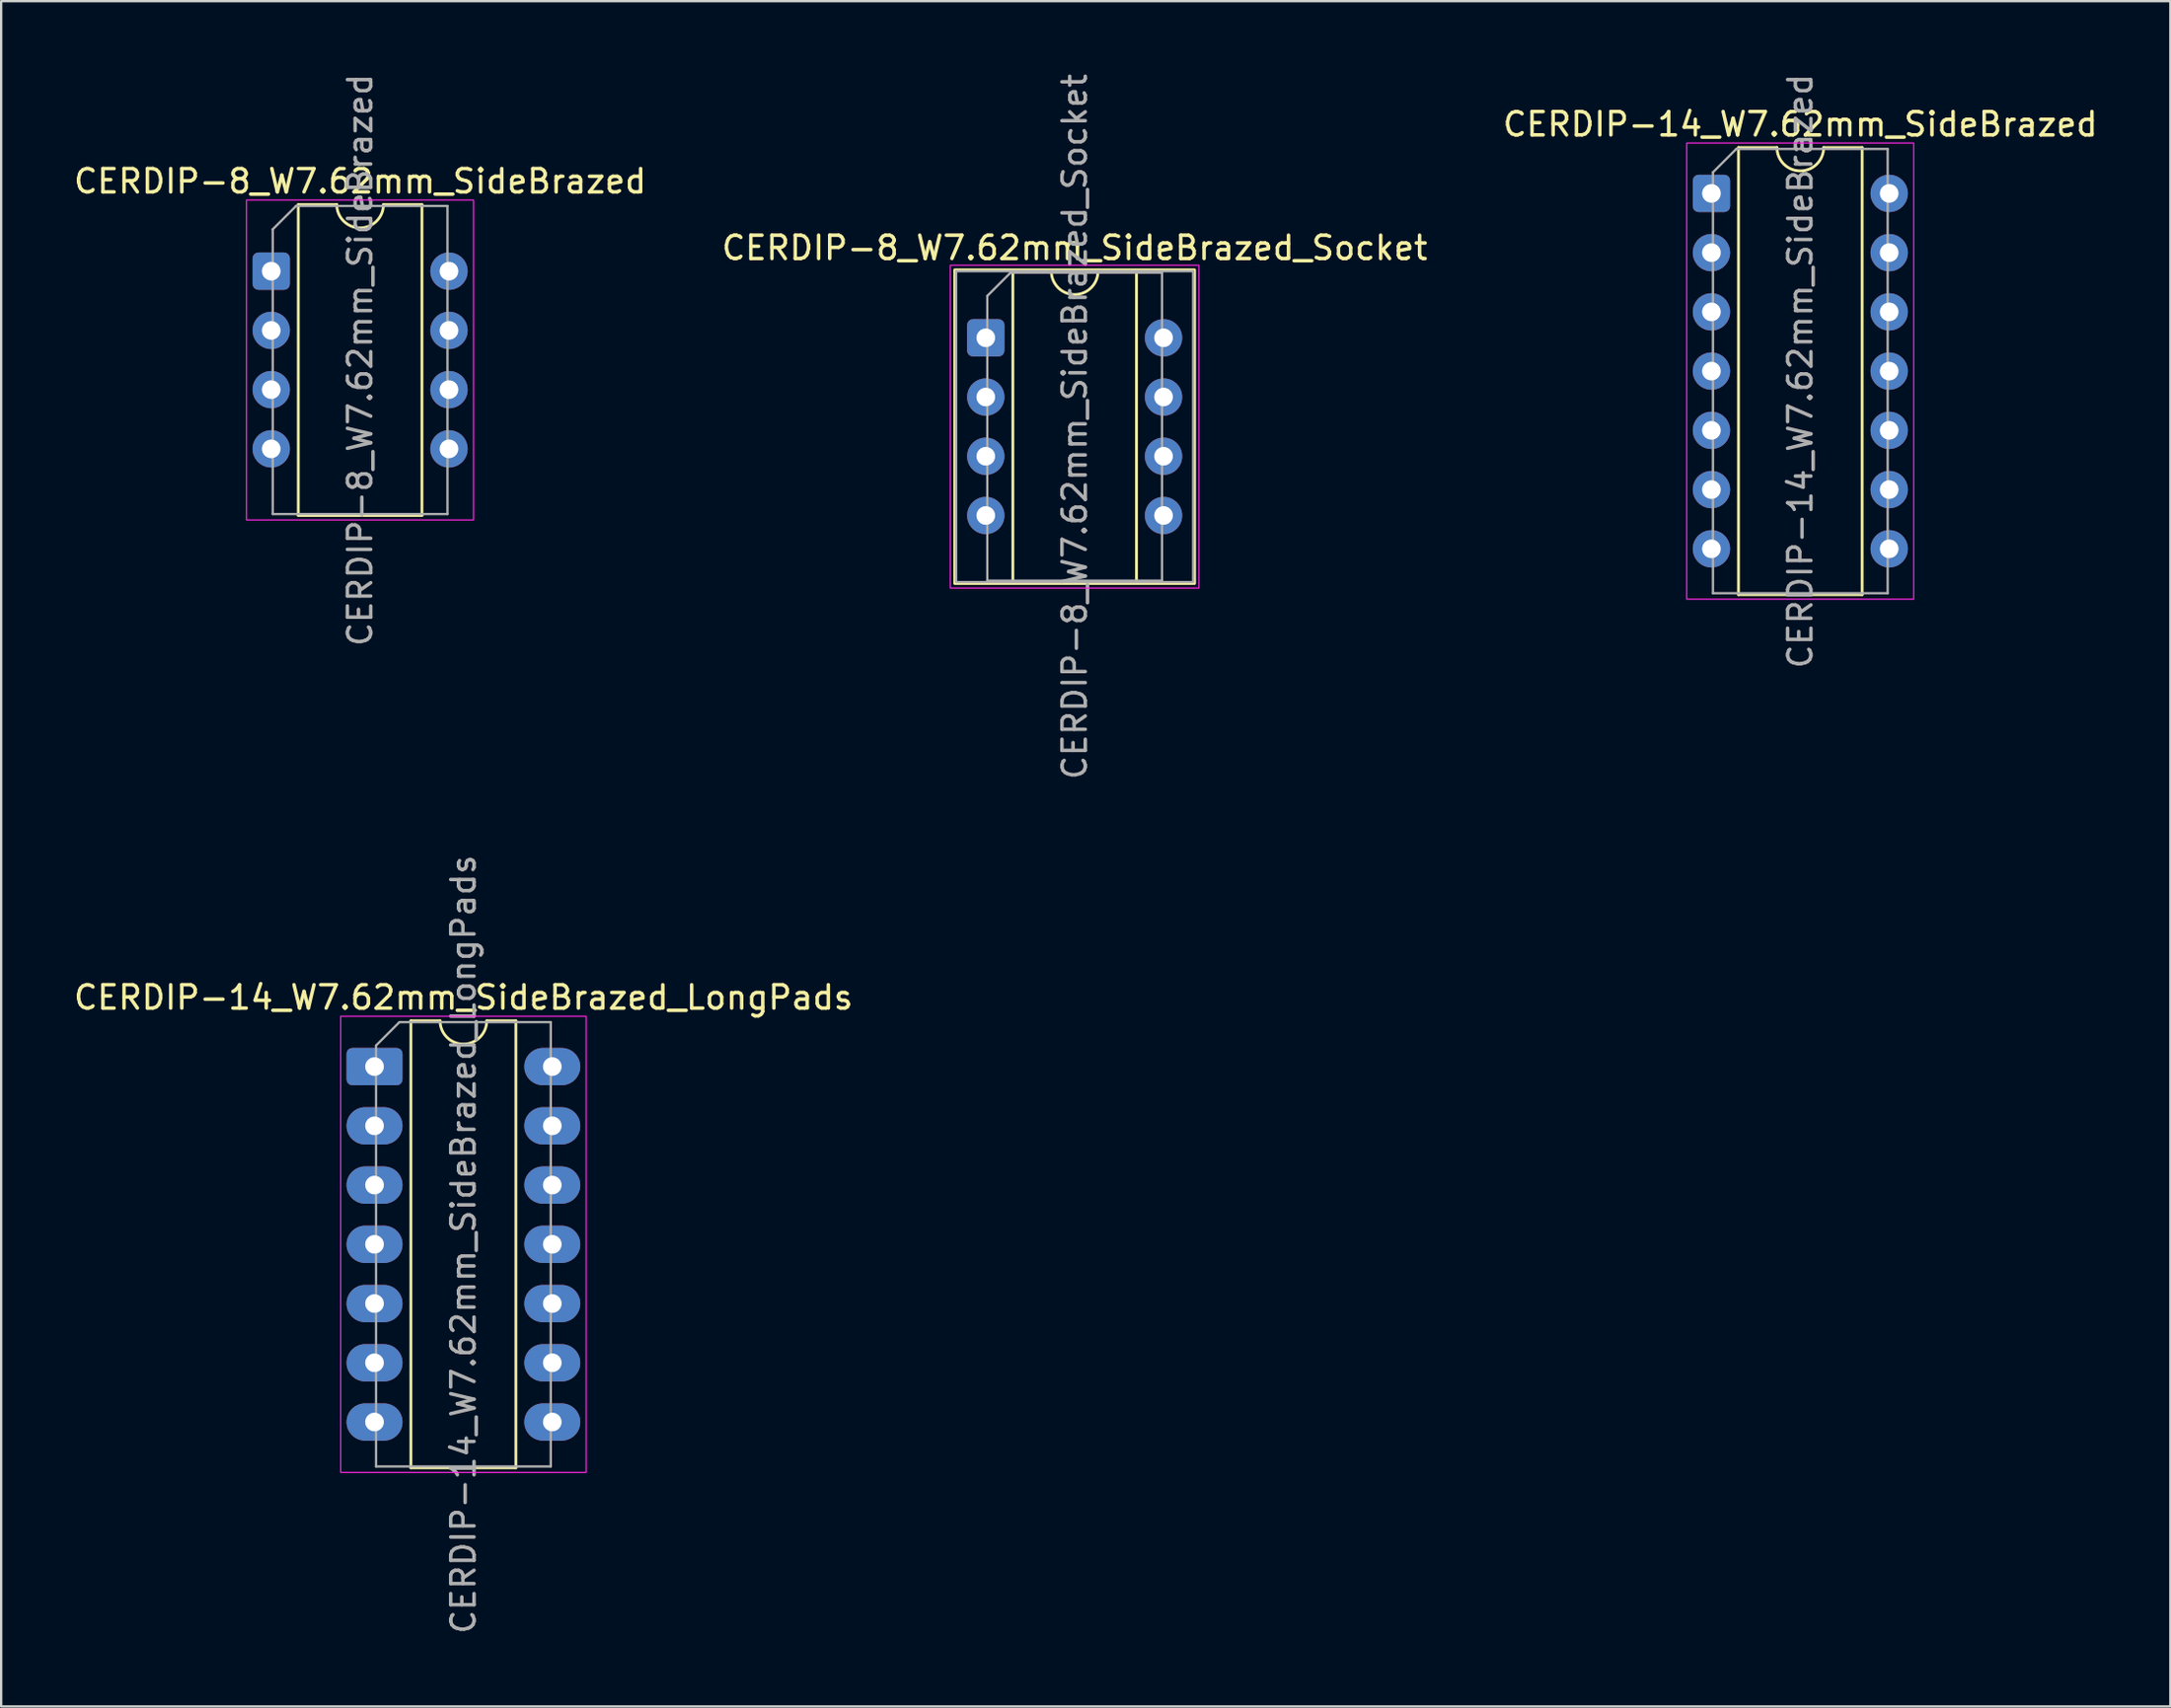
<source format=kicad_pcb>
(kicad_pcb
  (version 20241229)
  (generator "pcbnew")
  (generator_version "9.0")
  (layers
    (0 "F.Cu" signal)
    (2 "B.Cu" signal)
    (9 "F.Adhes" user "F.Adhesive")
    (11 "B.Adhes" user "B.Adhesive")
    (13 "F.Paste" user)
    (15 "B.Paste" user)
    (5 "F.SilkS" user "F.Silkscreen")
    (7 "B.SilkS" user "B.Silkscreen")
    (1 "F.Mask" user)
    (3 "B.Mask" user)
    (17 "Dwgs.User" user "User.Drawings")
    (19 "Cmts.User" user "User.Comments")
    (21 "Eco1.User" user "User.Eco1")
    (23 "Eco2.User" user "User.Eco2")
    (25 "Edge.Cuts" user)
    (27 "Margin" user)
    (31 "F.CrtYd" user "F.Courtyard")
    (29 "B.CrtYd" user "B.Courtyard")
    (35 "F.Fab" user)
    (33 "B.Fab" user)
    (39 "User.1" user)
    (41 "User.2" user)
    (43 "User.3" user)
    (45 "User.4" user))
  (footprint "CERDIP-8_W7.62mm_SideBrazed_Socket"
    (layer "F.Cu")
    (at 39.208 11.434)
    (property "Reference" "CERDIP-8_W7.62mm_SideBrazed_Socket" (at 3.81 -3.855 0) (layer "F.SilkS") (effects (font (size 1 1) (thickness 0.15))))
    (attr through_hole)
    (fp_line (start 1.16 -2.855) (end 1.16 10.475) (stroke (width 0.12) (type solid)) (layer "F.SilkS"))
    (fp_line (start 1.16 10.475) (end 6.46 10.475) (stroke (width 0.12) (type solid)) (layer "F.SilkS"))
    (fp_line (start 2.81 -2.855) (end 1.16 -2.855) (stroke (width 0.12) (type solid)) (layer "F.SilkS"))
    (fp_line (start 6.46 -2.855) (end 4.81 -2.855) (stroke (width 0.12) (type solid)) (layer "F.SilkS"))
    (fp_line (start 6.46 10.475) (end 6.46 -2.855) (stroke (width 0.12) (type solid)) (layer "F.SilkS"))
    (fp_rect (start -1.33 -2.915) (end 8.95 10.535) (stroke (width 0.12) (type solid)) (fill no) (layer "F.SilkS"))
    (fp_arc (start 4.81 -2.855) (mid 3.81 -1.855) (end 2.81 -2.855) (stroke (width 0.12) (type solid)) (layer "F.SilkS"))
    (fp_rect (start -1.52 -3.11) (end 9.14 10.73) (stroke (width 0.05) (type solid)) (fill no) (layer "F.CrtYd"))
    (fp_line (start 0.065 -1.795) (end 1.065 -2.795) (stroke (width 0.1) (type solid)) (layer "F.Fab"))
    (fp_line (start 0.065 10.415) (end 0.065 -1.795) (stroke (width 0.1) (type solid)) (layer "F.Fab"))
    (fp_line (start 1.065 -2.795) (end 7.555 -2.795) (stroke (width 0.1) (type solid)) (layer "F.Fab"))
    (fp_line (start 7.555 -2.795) (end 7.555 10.415) (stroke (width 0.1) (type solid)) (layer "F.Fab"))
    (fp_line (start 7.555 10.415) (end 0.065 10.415) (stroke (width 0.1) (type solid)) (layer "F.Fab"))
    (fp_rect (start -1.27 -2.855) (end 8.89 10.475) (stroke (width 0.1) (type solid)) (fill no) (layer "F.Fab"))
    (fp_text user "${REFERENCE}" (at 3.81 3.81 90) (layer "F.Fab") (effects (font (size 1 1) (thickness 0.15))))
    (pad "1" thru_hole roundrect (at 0 0) (size 1.6 1.6) (drill 0.8) (layers "*.Cu" "*.Mask") (roundrect_rratio 0.156))
    (pad "2" thru_hole circle (at 0 2.54) (size 1.6 1.6) (drill 0.8) (layers "*.Cu" "*.Mask"))
    (pad "3" thru_hole circle (at 0 5.08) (size 1.6 1.6) (drill 0.8) (layers "*.Cu" "*.Mask"))
    (pad "4" thru_hole circle (at 0 7.62) (size 1.6 1.6) (drill 0.8) (layers "*.Cu" "*.Mask"))
    (pad "5" thru_hole circle (at 7.62 7.62) (size 1.6 1.6) (drill 0.8) (layers "*.Cu" "*.Mask"))
    (pad "6" thru_hole circle (at 7.62 5.08) (size 1.6 1.6) (drill 0.8) (layers "*.Cu" "*.Mask"))
    (pad "7" thru_hole circle (at 7.62 2.54) (size 1.6 1.6) (drill 0.8) (layers "*.Cu" "*.Mask"))
    (pad "8" thru_hole circle (at 7.62 0) (size 1.6 1.6) (drill 0.8) (layers "*.Cu" "*.Mask")))
  (footprint "CERDIP-14_W7.62mm_SideBrazed"
    (layer "F.Cu")
    (at 70.315 5.243)
    (property "Reference" "CERDIP-14_W7.62mm_SideBrazed" (at 3.81 -2.965 0) (layer "F.SilkS") (effects (font (size 1 1) (thickness 0.15))))
    (attr through_hole)
    (fp_line (start 1.16 -1.965) (end 1.16 17.205) (stroke (width 0.12) (type solid)) (layer "F.SilkS"))
    (fp_line (start 1.16 17.205) (end 6.46 17.205) (stroke (width 0.12) (type solid)) (layer "F.SilkS"))
    (fp_line (start 2.81 -1.965) (end 1.16 -1.965) (stroke (width 0.12) (type solid)) (layer "F.SilkS"))
    (fp_line (start 6.46 -1.965) (end 4.81 -1.965) (stroke (width 0.12) (type solid)) (layer "F.SilkS"))
    (fp_line (start 6.46 17.205) (end 6.46 -1.965) (stroke (width 0.12) (type solid)) (layer "F.SilkS"))
    (fp_arc (start 4.81 -1.965) (mid 3.81 -0.965) (end 2.81 -1.965) (stroke (width 0.12) (type solid)) (layer "F.SilkS"))
    (fp_rect (start -1.06 -2.16) (end 8.67 17.4) (stroke (width 0.05) (type solid)) (fill no) (layer "F.CrtYd"))
    (fp_line (start 0.065 -0.905) (end 1.065 -1.905) (stroke (width 0.1) (type solid)) (layer "F.Fab"))
    (fp_line (start 0.065 17.145) (end 0.065 -0.905) (stroke (width 0.1) (type solid)) (layer "F.Fab"))
    (fp_line (start 1.065 -1.905) (end 7.555 -1.905) (stroke (width 0.1) (type solid)) (layer "F.Fab"))
    (fp_line (start 7.555 -1.905) (end 7.555 17.145) (stroke (width 0.1) (type solid)) (layer "F.Fab"))
    (fp_line (start 7.555 17.145) (end 0.065 17.145) (stroke (width 0.1) (type solid)) (layer "F.Fab"))
    (fp_text user "${REFERENCE}" (at 3.81 7.62 90) (layer "F.Fab") (effects (font (size 1 1) (thickness 0.15))))
    (pad "1" thru_hole roundrect (at 0 0) (size 1.6 1.6) (drill 0.8) (layers "*.Cu" "*.Mask") (roundrect_rratio 0.156))
    (pad "2" thru_hole circle (at 0 2.54) (size 1.6 1.6) (drill 0.8) (layers "*.Cu" "*.Mask"))
    (pad "3" thru_hole circle (at 0 5.08) (size 1.6 1.6) (drill 0.8) (layers "*.Cu" "*.Mask"))
    (pad "4" thru_hole circle (at 0 7.62) (size 1.6 1.6) (drill 0.8) (layers "*.Cu" "*.Mask"))
    (pad "5" thru_hole circle (at 0 10.16) (size 1.6 1.6) (drill 0.8) (layers "*.Cu" "*.Mask"))
    (pad "6" thru_hole circle (at 0 12.7) (size 1.6 1.6) (drill 0.8) (layers "*.Cu" "*.Mask"))
    (pad "7" thru_hole circle (at 0 15.24) (size 1.6 1.6) (drill 0.8) (layers "*.Cu" "*.Mask"))
    (pad "8" thru_hole circle (at 7.62 15.24) (size 1.6 1.6) (drill 0.8) (layers "*.Cu" "*.Mask"))
    (pad "9" thru_hole circle (at 7.62 12.7) (size 1.6 1.6) (drill 0.8) (layers "*.Cu" "*.Mask"))
    (pad "10" thru_hole circle (at 7.62 10.16) (size 1.6 1.6) (drill 0.8) (layers "*.Cu" "*.Mask"))
    (pad "11" thru_hole circle (at 7.62 7.62) (size 1.6 1.6) (drill 0.8) (layers "*.Cu" "*.Mask"))
    (pad "12" thru_hole circle (at 7.62 5.08) (size 1.6 1.6) (drill 0.8) (layers "*.Cu" "*.Mask"))
    (pad "13" thru_hole circle (at 7.62 2.54) (size 1.6 1.6) (drill 0.8) (layers "*.Cu" "*.Mask"))
    (pad "14" thru_hole circle (at 7.62 0) (size 1.6 1.6) (drill 0.8) (layers "*.Cu" "*.Mask")))
  (footprint "CERDIP-8_W7.62mm_SideBrazed"
    (layer "F.Cu")
    (at 8.577 8.577)
    (property "Reference" "CERDIP-8_W7.62mm_SideBrazed" (at 3.81 -3.855 0) (layer "F.SilkS") (effects (font (size 1 1) (thickness 0.15))))
    (attr through_hole)
    (fp_line (start 1.16 -2.855) (end 1.16 10.475) (stroke (width 0.12) (type solid)) (layer "F.SilkS"))
    (fp_line (start 1.16 10.475) (end 6.46 10.475) (stroke (width 0.12) (type solid)) (layer "F.SilkS"))
    (fp_line (start 2.81 -2.855) (end 1.16 -2.855) (stroke (width 0.12) (type solid)) (layer "F.SilkS"))
    (fp_line (start 6.46 -2.855) (end 4.81 -2.855) (stroke (width 0.12) (type solid)) (layer "F.SilkS"))
    (fp_line (start 6.46 10.475) (end 6.46 -2.855) (stroke (width 0.12) (type solid)) (layer "F.SilkS"))
    (fp_arc (start 4.81 -2.855) (mid 3.81 -1.855) (end 2.81 -2.855) (stroke (width 0.12) (type solid)) (layer "F.SilkS"))
    (fp_rect (start -1.06 -3.05) (end 8.67 10.67) (stroke (width 0.05) (type solid)) (fill no) (layer "F.CrtYd"))
    (fp_line (start 0.065 -1.795) (end 1.065 -2.795) (stroke (width 0.1) (type solid)) (layer "F.Fab"))
    (fp_line (start 0.065 10.415) (end 0.065 -1.795) (stroke (width 0.1) (type solid)) (layer "F.Fab"))
    (fp_line (start 1.065 -2.795) (end 7.555 -2.795) (stroke (width 0.1) (type solid)) (layer "F.Fab"))
    (fp_line (start 7.555 -2.795) (end 7.555 10.415) (stroke (width 0.1) (type solid)) (layer "F.Fab"))
    (fp_line (start 7.555 10.415) (end 0.065 10.415) (stroke (width 0.1) (type solid)) (layer "F.Fab"))
    (fp_text user "${REFERENCE}" (at 3.81 3.81 90) (layer "F.Fab") (effects (font (size 1 1) (thickness 0.15))))
    (pad "1" thru_hole roundrect (at 0 0) (size 1.6 1.6) (drill 0.8) (layers "*.Cu" "*.Mask") (roundrect_rratio 0.156))
    (pad "2" thru_hole circle (at 0 2.54) (size 1.6 1.6) (drill 0.8) (layers "*.Cu" "*.Mask"))
    (pad "3" thru_hole circle (at 0 5.08) (size 1.6 1.6) (drill 0.8) (layers "*.Cu" "*.Mask"))
    (pad "4" thru_hole circle (at 0 7.62) (size 1.6 1.6) (drill 0.8) (layers "*.Cu" "*.Mask"))
    (pad "5" thru_hole circle (at 7.62 7.62) (size 1.6 1.6) (drill 0.8) (layers "*.Cu" "*.Mask"))
    (pad "6" thru_hole circle (at 7.62 5.08) (size 1.6 1.6) (drill 0.8) (layers "*.Cu" "*.Mask"))
    (pad "7" thru_hole circle (at 7.62 2.54) (size 1.6 1.6) (drill 0.8) (layers "*.Cu" "*.Mask"))
    (pad "8" thru_hole circle (at 7.62 0) (size 1.6 1.6) (drill 0.8) (layers "*.Cu" "*.Mask")))
  (footprint "CERDIP-14_W7.62mm_SideBrazed_LongPads"
    (layer "F.Cu")
    (at 13.005 42.684)
    (property "Reference" "CERDIP-14_W7.62mm_SideBrazed_LongPads" (at 3.81 -2.965 0) (layer "F.SilkS") (effects (font (size 1 1) (thickness 0.15))))
    (attr through_hole)
    (fp_line (start 1.56 -1.965) (end 1.56 17.205) (stroke (width 0.12) (type solid)) (layer "F.SilkS"))
    (fp_line (start 1.56 17.205) (end 6.06 17.205) (stroke (width 0.12) (type solid)) (layer "F.SilkS"))
    (fp_line (start 2.81 -1.965) (end 1.56 -1.965) (stroke (width 0.12) (type solid)) (layer "F.SilkS"))
    (fp_line (start 6.06 -1.965) (end 4.81 -1.965) (stroke (width 0.12) (type solid)) (layer "F.SilkS"))
    (fp_line (start 6.06 17.205) (end 6.06 -1.965) (stroke (width 0.12) (type solid)) (layer "F.SilkS"))
    (fp_arc (start 4.81 -1.965) (mid 3.81 -0.965) (end 2.81 -1.965) (stroke (width 0.12) (type solid)) (layer "F.SilkS"))
    (fp_rect (start -1.45 -2.16) (end 9.07 17.4) (stroke (width 0.05) (type solid)) (fill no) (layer "F.CrtYd"))
    (fp_line (start 0.065 -0.905) (end 1.065 -1.905) (stroke (width 0.1) (type solid)) (layer "F.Fab"))
    (fp_line (start 0.065 17.145) (end 0.065 -0.905) (stroke (width 0.1) (type solid)) (layer "F.Fab"))
    (fp_line (start 1.065 -1.905) (end 7.555 -1.905) (stroke (width 0.1) (type solid)) (layer "F.Fab"))
    (fp_line (start 7.555 -1.905) (end 7.555 17.145) (stroke (width 0.1) (type solid)) (layer "F.Fab"))
    (fp_line (start 7.555 17.145) (end 0.065 17.145) (stroke (width 0.1) (type solid)) (layer "F.Fab"))
    (fp_text user "${REFERENCE}" (at 3.81 7.62 90) (layer "F.Fab") (effects (font (size 1 1) (thickness 0.15))))
    (pad "1" thru_hole roundrect (at 0 0) (size 2.4 1.6) (drill 0.8) (layers "*.Cu" "*.Mask") (roundrect_rratio 0.156))
    (pad "2" thru_hole oval (at 0 2.54) (size 2.4 1.6) (drill 0.8) (layers "*.Cu" "*.Mask"))
    (pad "3" thru_hole oval (at 0 5.08) (size 2.4 1.6) (drill 0.8) (layers "*.Cu" "*.Mask"))
    (pad "4" thru_hole oval (at 0 7.62) (size 2.4 1.6) (drill 0.8) (layers "*.Cu" "*.Mask"))
    (pad "5" thru_hole oval (at 0 10.16) (size 2.4 1.6) (drill 0.8) (layers "*.Cu" "*.Mask"))
    (pad "6" thru_hole oval (at 0 12.7) (size 2.4 1.6) (drill 0.8) (layers "*.Cu" "*.Mask"))
    (pad "7" thru_hole oval (at 0 15.24) (size 2.4 1.6) (drill 0.8) (layers "*.Cu" "*.Mask"))
    (pad "8" thru_hole oval (at 7.62 15.24) (size 2.4 1.6) (drill 0.8) (layers "*.Cu" "*.Mask"))
    (pad "9" thru_hole oval (at 7.62 12.7) (size 2.4 1.6) (drill 0.8) (layers "*.Cu" "*.Mask"))
    (pad "10" thru_hole oval (at 7.62 10.16) (size 2.4 1.6) (drill 0.8) (layers "*.Cu" "*.Mask"))
    (pad "11" thru_hole oval (at 7.62 7.62) (size 2.4 1.6) (drill 0.8) (layers "*.Cu" "*.Mask"))
    (pad "12" thru_hole oval (at 7.62 5.08) (size 2.4 1.6) (drill 0.8) (layers "*.Cu" "*.Mask"))
    (pad "13" thru_hole oval (at 7.62 2.54) (size 2.4 1.6) (drill 0.8) (layers "*.Cu" "*.Mask"))
    (pad "14" thru_hole oval (at 7.62 0) (size 2.4 1.6) (drill 0.8) (layers "*.Cu" "*.Mask")))
  (gr_rect
    (start -3 -3)
    (end 89.988 70.119)
    (stroke (width 0.1) (type default))
    (fill no)
    (layer "Edge.Cuts")))
</source>
